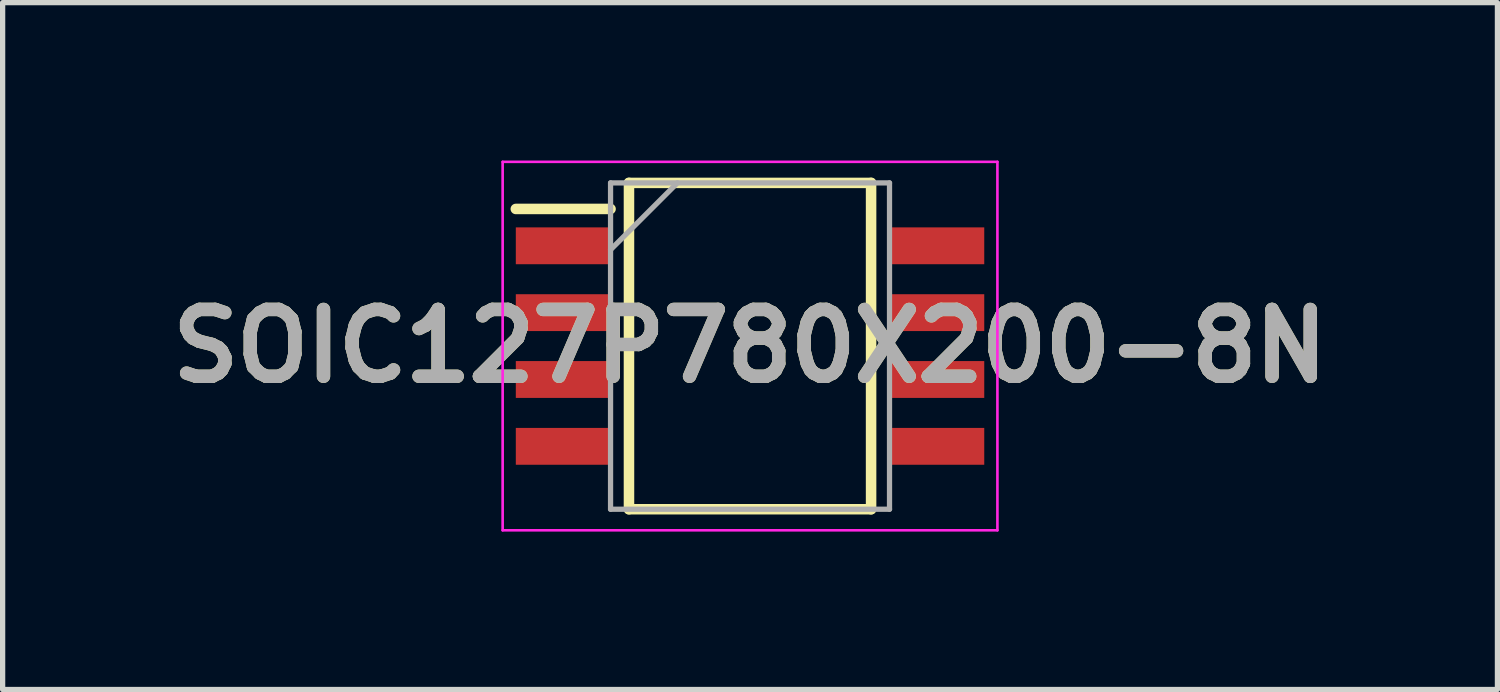
<source format=kicad_pcb>
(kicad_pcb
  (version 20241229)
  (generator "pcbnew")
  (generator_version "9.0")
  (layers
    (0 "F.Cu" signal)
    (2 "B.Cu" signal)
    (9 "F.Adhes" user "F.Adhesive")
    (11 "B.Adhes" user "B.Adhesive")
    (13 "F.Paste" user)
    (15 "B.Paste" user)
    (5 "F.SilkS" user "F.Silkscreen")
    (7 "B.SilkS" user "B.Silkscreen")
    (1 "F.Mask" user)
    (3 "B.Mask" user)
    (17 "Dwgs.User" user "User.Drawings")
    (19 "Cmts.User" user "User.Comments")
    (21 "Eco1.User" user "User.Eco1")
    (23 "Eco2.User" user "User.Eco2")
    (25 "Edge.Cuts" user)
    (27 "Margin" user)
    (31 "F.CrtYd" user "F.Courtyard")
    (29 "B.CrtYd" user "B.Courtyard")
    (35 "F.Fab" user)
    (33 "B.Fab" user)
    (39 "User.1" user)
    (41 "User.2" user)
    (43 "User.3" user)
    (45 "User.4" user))
  (footprint "SOIC127P780X200-8N"
    (layer "F.Cu")
    (at 11.2 3.525)
    (property "Reference" "SOIC127P780X200-8N" (at 0 0 0) (layer "F.SilkS") (effects (font (size 1.27 1.27) (thickness 0.254))))
    (attr smd)
    (fp_line (start -4.45 -2.605) (end -2.65 -2.605) (stroke (width 0.2) (type solid)) (layer "F.SilkS"))
    (fp_line (start -2.3 -3.1) (end 2.3 -3.1) (stroke (width 0.2) (type solid)) (layer "F.SilkS"))
    (fp_line (start -2.3 3.1) (end -2.3 -3.1) (stroke (width 0.2) (type solid)) (layer "F.SilkS"))
    (fp_line (start 2.3 -3.1) (end 2.3 3.1) (stroke (width 0.2) (type solid)) (layer "F.SilkS"))
    (fp_line (start 2.3 3.1) (end -2.3 3.1) (stroke (width 0.2) (type solid)) (layer "F.SilkS"))
    (fp_line (start -4.7 -3.5) (end 4.7 -3.5) (stroke (width 0.05) (type solid)) (layer "F.CrtYd"))
    (fp_line (start -4.7 3.5) (end -4.7 -3.5) (stroke (width 0.05) (type solid)) (layer "F.CrtYd"))
    (fp_line (start 4.7 -3.5) (end 4.7 3.5) (stroke (width 0.05) (type solid)) (layer "F.CrtYd"))
    (fp_line (start 4.7 3.5) (end -4.7 3.5) (stroke (width 0.05) (type solid)) (layer "F.CrtYd"))
    (fp_line (start -2.65 -3.1) (end 2.65 -3.1) (stroke (width 0.1) (type solid)) (layer "F.Fab"))
    (fp_line (start -2.65 -1.83) (end -1.38 -3.1) (stroke (width 0.1) (type solid)) (layer "F.Fab"))
    (fp_line (start -2.65 3.1) (end -2.65 -3.1) (stroke (width 0.1) (type solid)) (layer "F.Fab"))
    (fp_line (start 2.65 -3.1) (end 2.65 3.1) (stroke (width 0.1) (type solid)) (layer "F.Fab"))
    (fp_line (start 2.65 3.1) (end -2.65 3.1) (stroke (width 0.1) (type solid)) (layer "F.Fab"))
    (fp_text user "${REFERENCE}" (at 0 0 0) (layer "F.Fab") (effects (font (size 1.27 1.27) (thickness 0.254))))
    (pad "1" smd rect (at -3.55 -1.905 90) (size 0.7 1.8) (layers "F.Cu" "F.Mask" "F.Paste"))
    (pad "2" smd rect (at -3.55 -0.635 90) (size 0.7 1.8) (layers "F.Cu" "F.Mask" "F.Paste"))
    (pad "3" smd rect (at -3.55 0.635 90) (size 0.7 1.8) (layers "F.Cu" "F.Mask" "F.Paste"))
    (pad "4" smd rect (at -3.55 1.905 90) (size 0.7 1.8) (layers "F.Cu" "F.Mask" "F.Paste"))
    (pad "5" smd rect (at 3.55 1.905 90) (size 0.7 1.8) (layers "F.Cu" "F.Mask" "F.Paste"))
    (pad "6" smd rect (at 3.55 0.635 90) (size 0.7 1.8) (layers "F.Cu" "F.Mask" "F.Paste"))
    (pad "7" smd rect (at 3.55 -0.635 90) (size 0.7 1.8) (layers "F.Cu" "F.Mask" "F.Paste"))
    (pad "8" smd rect (at 3.55 -1.905 90) (size 0.7 1.8) (layers "F.Cu" "F.Mask" "F.Paste")))
  (gr_rect
    (start -3 -3)
    (end 25.4 10.05)
    (stroke (width 0.1) (type default))
    (fill no)
    (layer "Edge.Cuts")))
</source>
